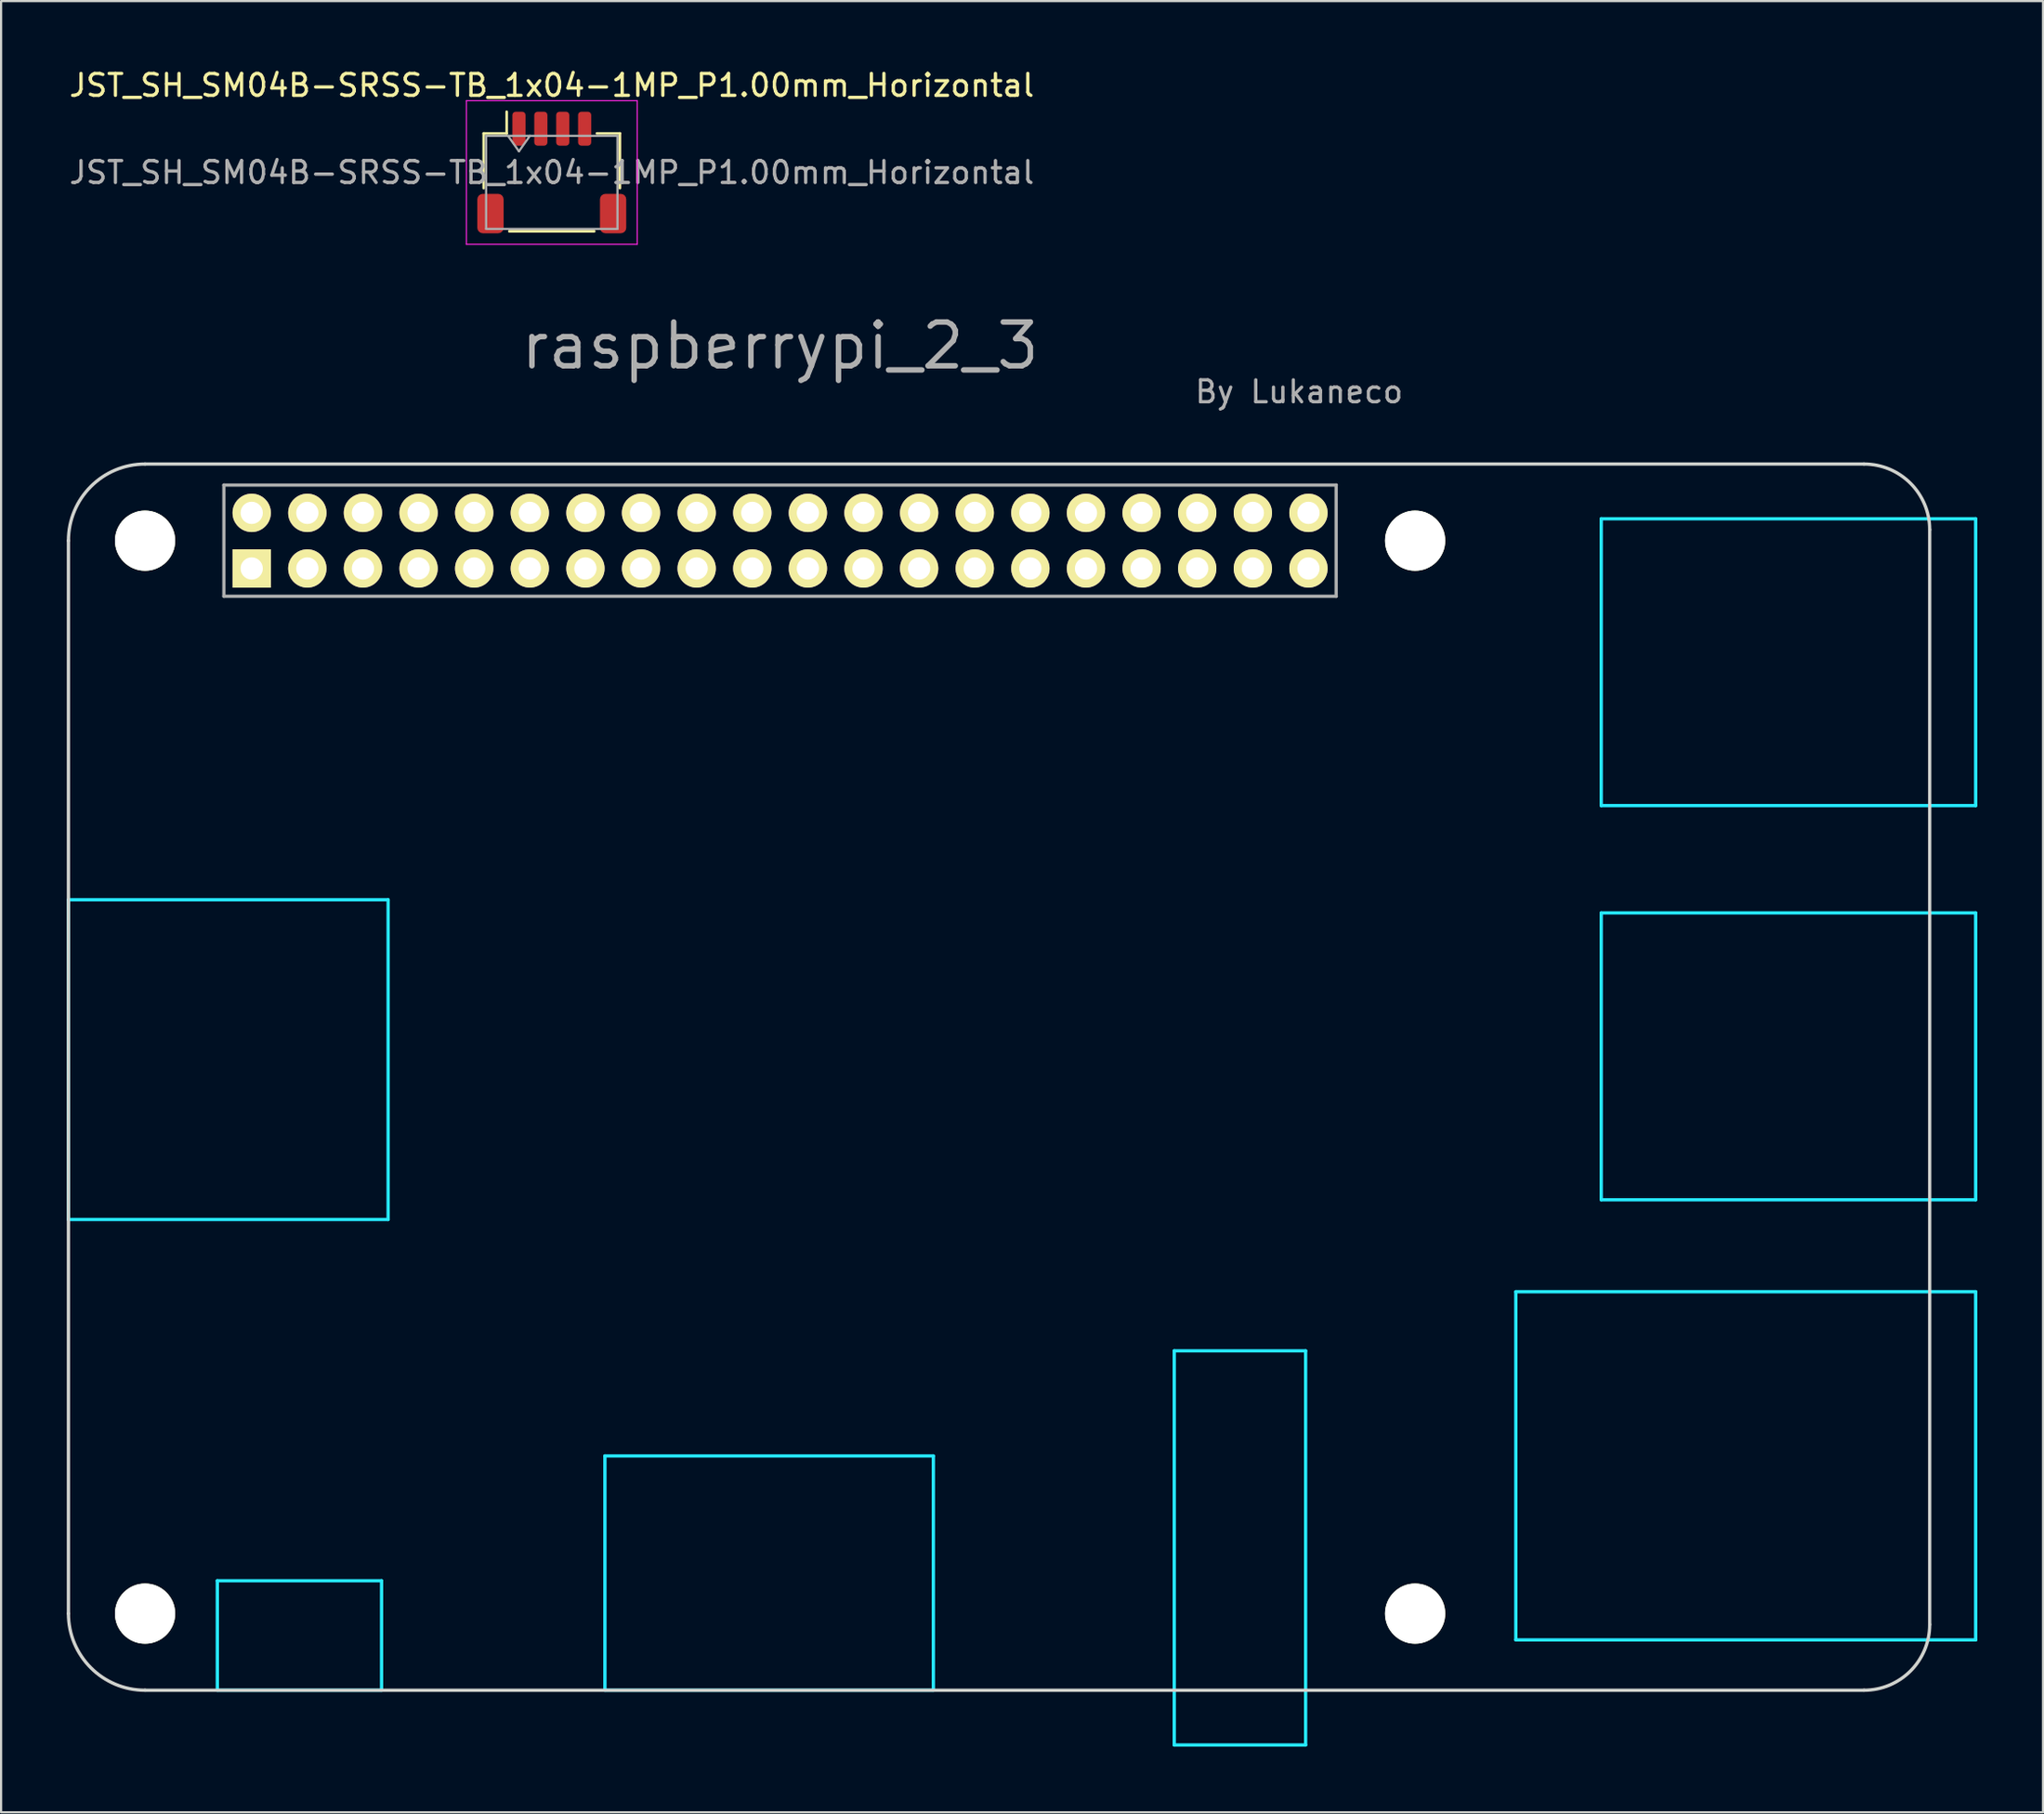
<source format=kicad_pcb>
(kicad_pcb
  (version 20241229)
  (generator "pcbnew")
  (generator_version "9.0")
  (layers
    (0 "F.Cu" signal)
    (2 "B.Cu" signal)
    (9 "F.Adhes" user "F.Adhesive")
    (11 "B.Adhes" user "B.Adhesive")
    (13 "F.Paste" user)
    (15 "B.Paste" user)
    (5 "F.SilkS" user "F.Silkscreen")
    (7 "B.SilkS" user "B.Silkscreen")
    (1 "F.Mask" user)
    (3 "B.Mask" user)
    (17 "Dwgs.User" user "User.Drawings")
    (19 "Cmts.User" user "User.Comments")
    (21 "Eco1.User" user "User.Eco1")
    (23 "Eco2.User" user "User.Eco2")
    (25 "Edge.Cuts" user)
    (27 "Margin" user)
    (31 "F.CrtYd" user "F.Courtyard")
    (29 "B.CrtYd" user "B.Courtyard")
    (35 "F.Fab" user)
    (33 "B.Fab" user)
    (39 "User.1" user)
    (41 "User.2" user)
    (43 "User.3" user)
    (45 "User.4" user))
  (footprint "JST_SH_SM04B-SRSS-TB_1x04-1MP_P1.00mm_Horizontal"
    (layer "F.Cu")
    (at 22.149 4.828)
    (property "Reference" "JST_SH_SM04B-SRSS-TB_1x04-1MP_P1.00mm_Horizontal" (at 0 -3.98 180) (layer "F.SilkS") (effects (font (size 1 1) (thickness 0.15))))
    (attr smd)
    (fp_line (start -3.11 -1.785) (end -2.06 -1.785) (stroke (width 0.12) (type solid)) (layer "F.SilkS"))
    (fp_line (start -3.11 0.715) (end -3.11 -1.785) (stroke (width 0.12) (type solid)) (layer "F.SilkS"))
    (fp_line (start -2.06 -1.785) (end -2.06 -2.775) (stroke (width 0.12) (type solid)) (layer "F.SilkS"))
    (fp_line (start -1.94 2.685) (end 1.94 2.685) (stroke (width 0.12) (type solid)) (layer "F.SilkS"))
    (fp_line (start 3.11 -1.785) (end 2.06 -1.785) (stroke (width 0.12) (type solid)) (layer "F.SilkS"))
    (fp_line (start 3.11 0.715) (end 3.11 -1.785) (stroke (width 0.12) (type solid)) (layer "F.SilkS"))
    (fp_line (start -3.9 -3.28) (end -3.9 3.28) (stroke (width 0.05) (type solid)) (layer "F.CrtYd"))
    (fp_line (start -3.9 3.28) (end 3.9 3.28) (stroke (width 0.05) (type solid)) (layer "F.CrtYd"))
    (fp_line (start 3.9 -3.28) (end -3.9 -3.28) (stroke (width 0.05) (type solid)) (layer "F.CrtYd"))
    (fp_line (start 3.9 3.28) (end 3.9 -3.28) (stroke (width 0.05) (type solid)) (layer "F.CrtYd"))
    (fp_line (start -3 -1.675) (end -3 2.575) (stroke (width 0.1) (type solid)) (layer "F.Fab"))
    (fp_line (start -3 -1.675) (end 3 -1.675) (stroke (width 0.1) (type solid)) (layer "F.Fab"))
    (fp_line (start -3 2.575) (end 3 2.575) (stroke (width 0.1) (type solid)) (layer "F.Fab"))
    (fp_line (start -2 -1.675) (end -1.5 -0.968) (stroke (width 0.1) (type solid)) (layer "F.Fab"))
    (fp_line (start -1.5 -0.968) (end -1 -1.675) (stroke (width 0.1) (type solid)) (layer "F.Fab"))
    (fp_line (start 3 -1.675) (end 3 2.575) (stroke (width 0.1) (type solid)) (layer "F.Fab"))
    (fp_text user "${REFERENCE}" (at 0 0 180) (layer "F.Fab") (effects (font (size 1 1) (thickness 0.15))))
    (pad "1" smd roundrect (at -1.5 -2) (size 0.6 1.55) (layers "F.Cu" "F.Mask" "F.Paste") (roundrect_rratio 0.25))
    (pad "2" smd roundrect (at -0.5 -2) (size 0.6 1.55) (layers "F.Cu" "F.Mask" "F.Paste") (roundrect_rratio 0.25))
    (pad "3" smd roundrect (at 0.5 -2) (size 0.6 1.55) (layers "F.Cu" "F.Mask" "F.Paste") (roundrect_rratio 0.25))
    (pad "4" smd roundrect (at 1.5 -2) (size 0.6 1.55) (layers "F.Cu" "F.Mask" "F.Paste") (roundrect_rratio 0.25))
    (pad "MP" smd roundrect (at -2.8 1.875) (size 1.2 1.8) (layers "F.Cu" "F.Mask" "F.Paste") (roundrect_rratio 0.208))
    (pad "MP" smd roundrect (at 2.8 1.875) (size 1.2 1.8) (layers "F.Cu" "F.Mask" "F.Paste") (roundrect_rratio 0.208)))
  (footprint "raspberrypi_2_3"
    (layer "F.Cu")
    (at 32.575 21.642)
    (property "Reference" "raspberrypi_2_3" (at 0 -8.9 0) (layer "F.Fab") (effects (font (size 2 2) (thickness 0.25))))
    (attr through_hole)
    (fp_line (start -32.5 49) (end -32.5 0) (stroke (width 0.15) (type solid)) (layer "Edge.Cuts"))
    (fp_line (start -29 52.5) (end 49.5 52.5) (stroke (width 0.15) (type solid)) (layer "Edge.Cuts"))
    (fp_line (start 49.5 -3.5) (end -29 -3.5) (stroke (width 0.15) (type solid)) (layer "Edge.Cuts"))
    (fp_line (start 52.5 49.5) (end 52.5 -0.5) (stroke (width 0.15) (type solid)) (layer "Edge.Cuts"))
    (fp_arc (start -32.5 0) (mid -31.474874 -2.474874) (end -29 -3.5) (stroke (width 0.15) (type solid)) (layer "Edge.Cuts"))
    (fp_arc (start -29 52.5) (mid -31.474874 51.474874) (end -32.5 49) (stroke (width 0.15) (type solid)) (layer "Edge.Cuts"))
    (fp_arc (start 49.5 -3.5) (mid 51.62132 -2.62132) (end 52.5 -0.5) (stroke (width 0.15) (type solid)) (layer "Edge.Cuts"))
    (fp_arc (start 52.5 49.5) (mid 51.62132 51.62132) (end 49.5 52.5) (stroke (width 0.15) (type solid)) (layer "Edge.Cuts"))
    (fp_line (start -32.5 16.4) (end -32.5 31) (stroke (width 0.15) (type solid)) (layer "B.CrtYd"))
    (fp_line (start -25.7 52.5) (end -25.7 47.5) (stroke (width 0.15) (type solid)) (layer "B.CrtYd"))
    (fp_line (start -18.2 47.5) (end -25.7 47.5) (stroke (width 0.15) (type solid)) (layer "B.CrtYd"))
    (fp_line (start -18.2 52.5) (end -25.7 52.5) (stroke (width 0.15) (type solid)) (layer "B.CrtYd"))
    (fp_line (start -18.2 52.5) (end -18.2 47.5) (stroke (width 0.15) (type solid)) (layer "B.CrtYd"))
    (fp_line (start -17.9 16.4) (end -32.5 16.4) (stroke (width 0.15) (type solid)) (layer "B.CrtYd"))
    (fp_line (start -17.9 16.4) (end -17.9 31) (stroke (width 0.15) (type solid)) (layer "B.CrtYd"))
    (fp_line (start -17.9 31) (end -32.5 31) (stroke (width 0.15) (type solid)) (layer "B.CrtYd"))
    (fp_line (start -8 41.8) (end -8 52.5) (stroke (width 0.15) (type solid)) (layer "B.CrtYd"))
    (fp_line (start -8 41.8) (end 7 41.8) (stroke (width 0.15) (type solid)) (layer "B.CrtYd"))
    (fp_line (start 7 52.5) (end -8 52.5) (stroke (width 0.15) (type solid)) (layer "B.CrtYd"))
    (fp_line (start 7 52.5) (end 7 41.8) (stroke (width 0.15) (type solid)) (layer "B.CrtYd"))
    (fp_line (start 18 37) (end 18 55) (stroke (width 0.15) (type solid)) (layer "B.CrtYd"))
    (fp_line (start 18 55) (end 24 55) (stroke (width 0.15) (type solid)) (layer "B.CrtYd"))
    (fp_line (start 24 37) (end 18 37) (stroke (width 0.15) (type solid)) (layer "B.CrtYd"))
    (fp_line (start 24 55) (end 24 37) (stroke (width 0.15) (type solid)) (layer "B.CrtYd"))
    (fp_line (start 33.6 34.3) (end 54.6 34.3) (stroke (width 0.15) (type solid)) (layer "B.CrtYd"))
    (fp_line (start 33.6 50.2) (end 33.6 34.3) (stroke (width 0.15) (type solid)) (layer "B.CrtYd"))
    (fp_line (start 37.5 -1) (end 37.5 12.1) (stroke (width 0.15) (type solid)) (layer "B.CrtYd"))
    (fp_line (start 37.5 -1) (end 54.6 -1) (stroke (width 0.15) (type solid)) (layer "B.CrtYd"))
    (fp_line (start 37.5 17) (end 54.6 17) (stroke (width 0.15) (type solid)) (layer "B.CrtYd"))
    (fp_line (start 37.5 30.1) (end 37.5 17) (stroke (width 0.15) (type solid)) (layer "B.CrtYd"))
    (fp_line (start 54.6 12.1) (end 37.5 12.1) (stroke (width 0.15) (type solid)) (layer "B.CrtYd"))
    (fp_line (start 54.6 12.1) (end 54.6 -1) (stroke (width 0.15) (type solid)) (layer "B.CrtYd"))
    (fp_line (start 54.6 30.1) (end 37.5 30.1) (stroke (width 0.15) (type solid)) (layer "B.CrtYd"))
    (fp_line (start 54.6 30.1) (end 54.6 17) (stroke (width 0.15) (type solid)) (layer "B.CrtYd"))
    (fp_line (start 54.6 50.2) (end 33.6 50.2) (stroke (width 0.15) (type solid)) (layer "B.CrtYd"))
    (fp_line (start 54.6 50.2) (end 54.6 34.3) (stroke (width 0.15) (type solid)) (layer "B.CrtYd"))
    (fp_line (start -25.4 -2.54) (end -25.4 2.54) (stroke (width 0.15) (type solid)) (layer "F.Fab"))
    (fp_line (start -25.4 -2.54) (end 25.4 -2.54) (stroke (width 0.15) (type solid)) (layer "F.Fab"))
    (fp_line (start 25.395 2.54) (end 25.395 -2.54) (stroke (width 0.15) (type solid)) (layer "F.Fab"))
    (fp_line (start 25.4 2.54) (end -25.4 2.54) (stroke (width 0.15) (type solid)) (layer "F.Fab"))
    (fp_text user "By Lukaneco" (at 23.7 -6.8 0) (layer "F.Fab") (effects (font (size 1 1) (thickness 0.15))))
    (pad "" np_thru_hole circle (at -29 0) (size 2.75 2.75) (drill 2.75) (layers "*.Cu" "*.Mask" "F.SilkS"))
    (pad "" np_thru_hole circle (at -29 49) (size 2.75 2.75) (drill 2.75) (layers "*.Cu" "*.Mask" "F.SilkS"))
    (pad "" np_thru_hole circle (at 29 0) (size 2.75 2.75) (drill 2.75) (layers "*.Cu" "*.Mask" "F.SilkS"))
    (pad "" np_thru_hole circle (at 29 49) (size 2.75 2.75) (drill 2.75) (layers "*.Cu" "*.Mask" "F.SilkS"))
    (pad "1" thru_hole rect (at -24.13 1.27) (size 1.75 1.75) (drill 1.016) (layers "*.Cu" "*.Mask" "F.SilkS"))
    (pad "2" thru_hole circle (at -24.13 -1.27) (size 1.75 1.75) (drill 1.016) (layers "*.Cu" "*.Mask" "F.SilkS"))
    (pad "3" thru_hole circle (at -21.59 1.27) (size 1.75 1.75) (drill 1.016) (layers "*.Cu" "*.Mask" "F.SilkS"))
    (pad "4" thru_hole circle (at -21.59 -1.27) (size 1.75 1.75) (drill 1.016) (layers "*.Cu" "*.Mask" "F.SilkS"))
    (pad "5" thru_hole circle (at -19.05 1.27) (size 1.75 1.75) (drill 1.016) (layers "*.Cu" "*.Mask" "F.SilkS"))
    (pad "6" thru_hole circle (at -19.05 -1.27) (size 1.75 1.75) (drill 1.016) (layers "*.Cu" "*.Mask" "F.SilkS"))
    (pad "7" thru_hole circle (at -16.51 1.27) (size 1.75 1.75) (drill 1.016) (layers "*.Cu" "*.Mask" "F.SilkS"))
    (pad "8" thru_hole circle (at -16.51 -1.27) (size 1.75 1.75) (drill 1.016) (layers "*.Cu" "*.Mask" "F.SilkS"))
    (pad "9" thru_hole circle (at -13.97 1.27) (size 1.75 1.75) (drill 1.016) (layers "*.Cu" "*.Mask" "F.SilkS"))
    (pad "10" thru_hole circle (at -13.97 -1.27) (size 1.75 1.75) (drill 1.016) (layers "*.Cu" "*.Mask" "F.SilkS"))
    (pad "11" thru_hole circle (at -11.43 1.27) (size 1.75 1.75) (drill 1.016) (layers "*.Cu" "*.Mask" "F.SilkS"))
    (pad "12" thru_hole circle (at -11.43 -1.27) (size 1.75 1.75) (drill 1.016) (layers "*.Cu" "*.Mask" "F.SilkS"))
    (pad "13" thru_hole circle (at -8.89 1.27) (size 1.75 1.75) (drill 1.016) (layers "*.Cu" "*.Mask" "F.SilkS"))
    (pad "14" thru_hole circle (at -8.89 -1.27) (size 1.75 1.75) (drill 1.016) (layers "*.Cu" "*.Mask" "F.SilkS"))
    (pad "15" thru_hole circle (at -6.35 1.27) (size 1.75 1.75) (drill 1.016) (layers "*.Cu" "*.Mask" "F.SilkS"))
    (pad "16" thru_hole circle (at -6.35 -1.27) (size 1.75 1.75) (drill 1.016) (layers "*.Cu" "*.Mask" "F.SilkS"))
    (pad "17" thru_hole circle (at -3.81 1.27) (size 1.75 1.75) (drill 1.016) (layers "*.Cu" "*.Mask" "F.SilkS"))
    (pad "18" thru_hole circle (at -3.81 -1.27) (size 1.75 1.75) (drill 1.016) (layers "*.Cu" "*.Mask" "F.SilkS"))
    (pad "19" thru_hole circle (at -1.27 1.27) (size 1.75 1.75) (drill 1.016) (layers "*.Cu" "*.Mask" "F.SilkS"))
    (pad "20" thru_hole circle (at -1.27 -1.27) (size 1.75 1.75) (drill 1.016) (layers "*.Cu" "*.Mask" "F.SilkS"))
    (pad "21" thru_hole circle (at 1.27 1.27) (size 1.75 1.75) (drill 1.016) (layers "*.Cu" "*.Mask" "F.SilkS"))
    (pad "22" thru_hole circle (at 1.27 -1.27) (size 1.75 1.75) (drill 1.016) (layers "*.Cu" "*.Mask" "F.SilkS"))
    (pad "23" thru_hole circle (at 3.81 1.27) (size 1.75 1.75) (drill 1.016) (layers "*.Cu" "*.Mask" "F.SilkS"))
    (pad "24" thru_hole circle (at 3.81 -1.27) (size 1.75 1.75) (drill 1.016) (layers "*.Cu" "*.Mask" "F.SilkS"))
    (pad "25" thru_hole circle (at 6.35 1.27) (size 1.75 1.75) (drill 1.016) (layers "*.Cu" "*.Mask" "F.SilkS"))
    (pad "26" thru_hole circle (at 6.35 -1.27) (size 1.75 1.75) (drill 1.016) (layers "*.Cu" "*.Mask" "F.SilkS"))
    (pad "27" thru_hole circle (at 8.89 1.27) (size 1.75 1.75) (drill 1.016) (layers "*.Cu" "*.Mask" "F.SilkS"))
    (pad "28" thru_hole circle (at 8.89 -1.27) (size 1.75 1.75) (drill 1.016) (layers "*.Cu" "*.Mask" "F.SilkS"))
    (pad "29" thru_hole circle (at 11.43 1.27) (size 1.75 1.75) (drill 1.016) (layers "*.Cu" "*.Mask" "F.SilkS"))
    (pad "30" thru_hole circle (at 11.43 -1.27) (size 1.75 1.75) (drill 1.016) (layers "*.Cu" "*.Mask" "F.SilkS"))
    (pad "31" thru_hole circle (at 13.97 1.27) (size 1.75 1.75) (drill 1.016) (layers "*.Cu" "*.Mask" "F.SilkS"))
    (pad "32" thru_hole circle (at 13.97 -1.27) (size 1.75 1.75) (drill 1.016) (layers "*.Cu" "*.Mask" "F.SilkS"))
    (pad "33" thru_hole circle (at 16.51 1.27) (size 1.75 1.75) (drill 1.016) (layers "*.Cu" "*.Mask" "F.SilkS"))
    (pad "34" thru_hole circle (at 16.51 -1.27) (size 1.75 1.75) (drill 1.016) (layers "*.Cu" "*.Mask" "F.SilkS"))
    (pad "35" thru_hole circle (at 19.05 1.27) (size 1.75 1.75) (drill 1.016) (layers "*.Cu" "*.Mask" "F.SilkS"))
    (pad "36" thru_hole circle (at 19.05 -1.27) (size 1.75 1.75) (drill 1.016) (layers "*.Cu" "*.Mask" "F.SilkS"))
    (pad "37" thru_hole circle (at 21.59 1.27) (size 1.75 1.75) (drill 1.016) (layers "*.Cu" "*.Mask" "F.SilkS"))
    (pad "38" thru_hole circle (at 21.59 -1.27) (size 1.75 1.75) (drill 1.016) (layers "*.Cu" "*.Mask" "F.SilkS"))
    (pad "39" thru_hole circle (at 24.13 1.27) (size 1.75 1.75) (drill 1.016) (layers "*.Cu" "*.Mask" "F.SilkS"))
    (pad "40" thru_hole circle (at 24.13 -1.27) (size 1.75 1.75) (drill 1.016) (layers "*.Cu" "*.Mask" "F.SilkS")))
  (gr_rect
    (start -3 -3)
    (end 90.25 79.717)
    (stroke (width 0.1) (type default))
    (fill no)
    (layer "Edge.Cuts")))
</source>
